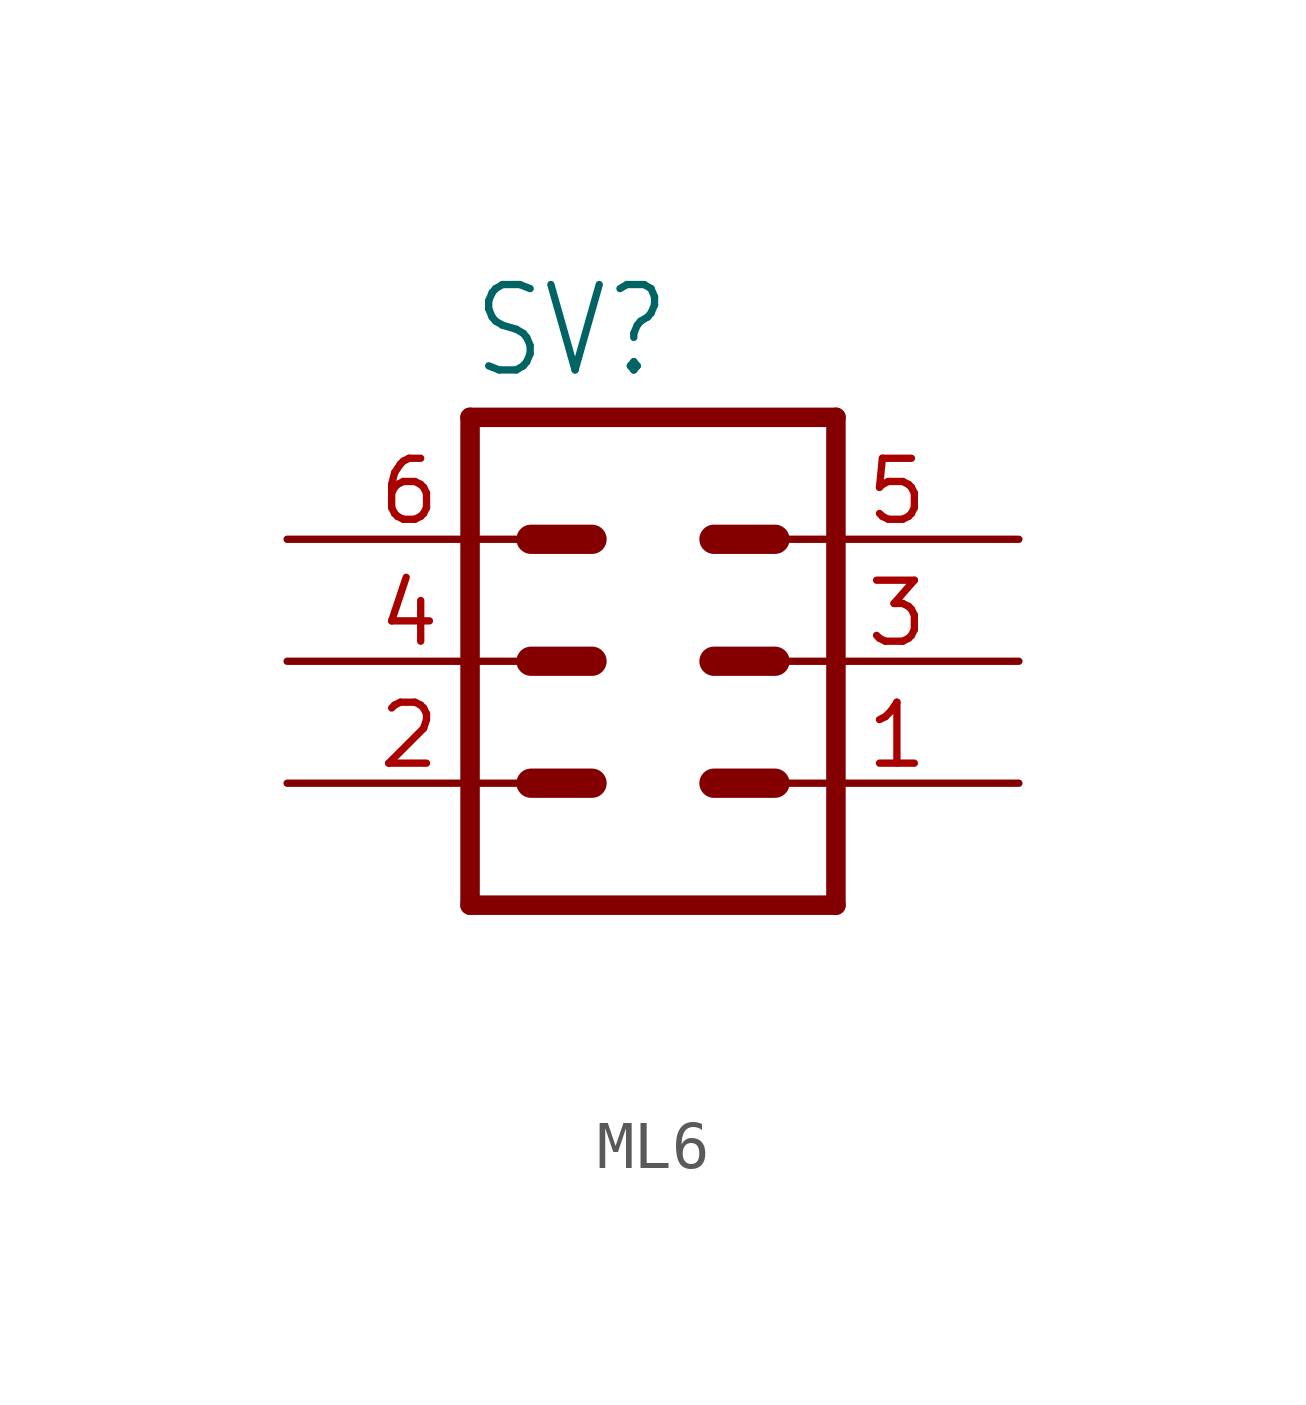
<source format=kicad_sym>
(kicad_symbol_lib
  (version 20231120)
  (generator "kicad_symbol_editor")
  (generator_version "8.0")
  (symbol "ML6"
    (property "Reference" "SV"
      (at -3.81 5.842 0)
      (effects (font (size 1.778 1.511)) (justify left bottom)))
    (property "Value" ""
      (at -3.81 -7.62 0)
      (effects (font (size 1.778 1.511)) (justify left bottom)))
    (property "ki_locked" ""
      (at 0 0 0)
      (effects (font (size 1.27 1.27))))
    (symbol "ML6_1_0"
      (polyline (pts (xy -3.81 5.08) (xy -3.81 -5.08)) (stroke (width 0.406) (type solid)) (fill (type none)))
      (polyline (pts (xy -3.81 5.08) (xy 3.81 5.08)) (stroke (width 0.406) (type solid)) (fill (type none)))
      (polyline (pts (xy -2.54 -2.54) (xy -1.27 -2.54)) (stroke (width 0.61) (type solid)) (fill (type none)))
      (polyline (pts (xy -2.54 0) (xy -1.27 0)) (stroke (width 0.61) (type solid)) (fill (type none)))
      (polyline (pts (xy -2.54 2.54) (xy -1.27 2.54)) (stroke (width 0.61) (type solid)) (fill (type none)))
      (polyline (pts (xy 1.27 -2.54) (xy 2.54 -2.54)) (stroke (width 0.61) (type solid)) (fill (type none)))
      (polyline (pts (xy 1.27 0) (xy 2.54 0)) (stroke (width 0.61) (type solid)) (fill (type none)))
      (polyline (pts (xy 1.27 2.54) (xy 2.54 2.54)) (stroke (width 0.61) (type solid)) (fill (type none)))
      (polyline (pts (xy 3.81 -5.08) (xy -3.81 -5.08)) (stroke (width 0.406) (type solid)) (fill (type none)))
      (polyline (pts (xy 3.81 -5.08) (xy 3.81 5.08)) (stroke (width 0.406) (type solid)) (fill (type none)))
      (pin passive line (at 7.62 -2.54 180) (length 5.08) (name "1" (effects (font (size 0 0)))) (number "1" (effects (font (size 1.27 1.27)))))
      (pin passive line (at -7.62 -2.54 0) (length 5.08) (name "2" (effects (font (size 0 0)))) (number "2" (effects (font (size 1.27 1.27)))))
      (pin passive line (at 7.62 0 180) (length 5.08) (name "3" (effects (font (size 0 0)))) (number "3" (effects (font (size 1.27 1.27)))))
      (pin passive line (at -7.62 0 0) (length 5.08) (name "4" (effects (font (size 0 0)))) (number "4" (effects (font (size 1.27 1.27)))))
      (pin passive line (at 7.62 2.54 180) (length 5.08) (name "5" (effects (font (size 0 0)))) (number "5" (effects (font (size 1.27 1.27)))))
      (pin passive line (at -7.62 2.54 0) (length 5.08) (name "6" (effects (font (size 0 0)))) (number "6" (effects (font (size 1.27 1.27))))))))
</source>
